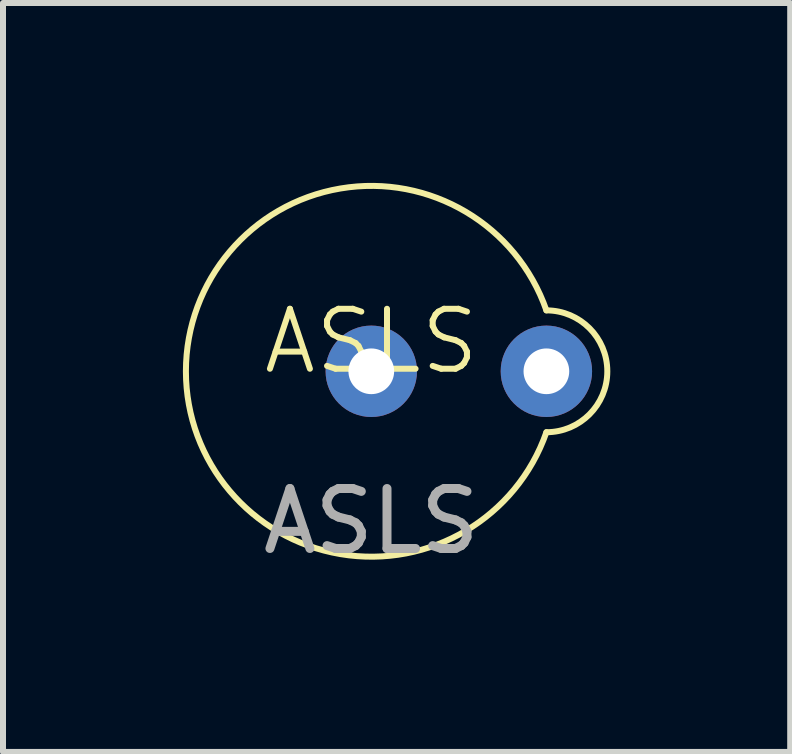
<source format=kicad_pcb>
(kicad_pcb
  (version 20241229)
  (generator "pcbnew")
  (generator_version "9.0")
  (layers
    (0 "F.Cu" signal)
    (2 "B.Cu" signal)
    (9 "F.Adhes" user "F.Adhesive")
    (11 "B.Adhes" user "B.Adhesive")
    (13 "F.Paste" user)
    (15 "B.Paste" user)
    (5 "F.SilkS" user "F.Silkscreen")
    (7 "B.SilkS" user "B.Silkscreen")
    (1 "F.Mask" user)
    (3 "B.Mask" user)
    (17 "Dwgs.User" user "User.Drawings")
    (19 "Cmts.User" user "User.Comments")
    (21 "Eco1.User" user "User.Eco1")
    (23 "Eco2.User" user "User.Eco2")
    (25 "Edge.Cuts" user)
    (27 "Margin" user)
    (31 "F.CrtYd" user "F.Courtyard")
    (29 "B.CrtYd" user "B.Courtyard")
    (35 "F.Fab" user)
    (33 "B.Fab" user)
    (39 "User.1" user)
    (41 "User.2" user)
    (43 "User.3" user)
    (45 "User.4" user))
  (footprint "ASLS"
    (layer "F.Cu")
    (at 3.142 3.142)
    (property "Reference" "ASLS" (at 0 -0.5 0) (unlocked yes) (layer "F.SilkS") (effects (font (size 1 1) (thickness 0.1))))
    (attr through_hole)
    (fp_arc (start 2.919999 1.016) (mid -3.091707 0) (end 2.919999 -1.016) (stroke (width 0.1) (type default)) (layer "F.SilkS"))
    (fp_arc (start 2.92 -1.016) (mid 3.936 0) (end 2.92 1.016) (stroke (width 0.1) (type default)) (layer "F.SilkS"))
    (fp_text user "${REFERENCE}" (at 0 2.5 0) (unlocked yes) (layer "F.Fab") (effects (font (size 1 1) (thickness 0.15))))
    (pad "1" thru_hole circle (at 0 0) (size 1.524 1.524) (drill 0.762) (layers "*.Cu" "*.Mask"))
    (pad "2" thru_hole circle (at 2.92 0) (size 1.524 1.524) (drill 0.762) (layers "*.Cu" "*.Mask")))
  (gr_rect
    (start -3 -3)
    (end 10.128 9.49)
    (stroke (width 0.1) (type default))
    (fill no)
    (layer "Edge.Cuts")))
</source>
